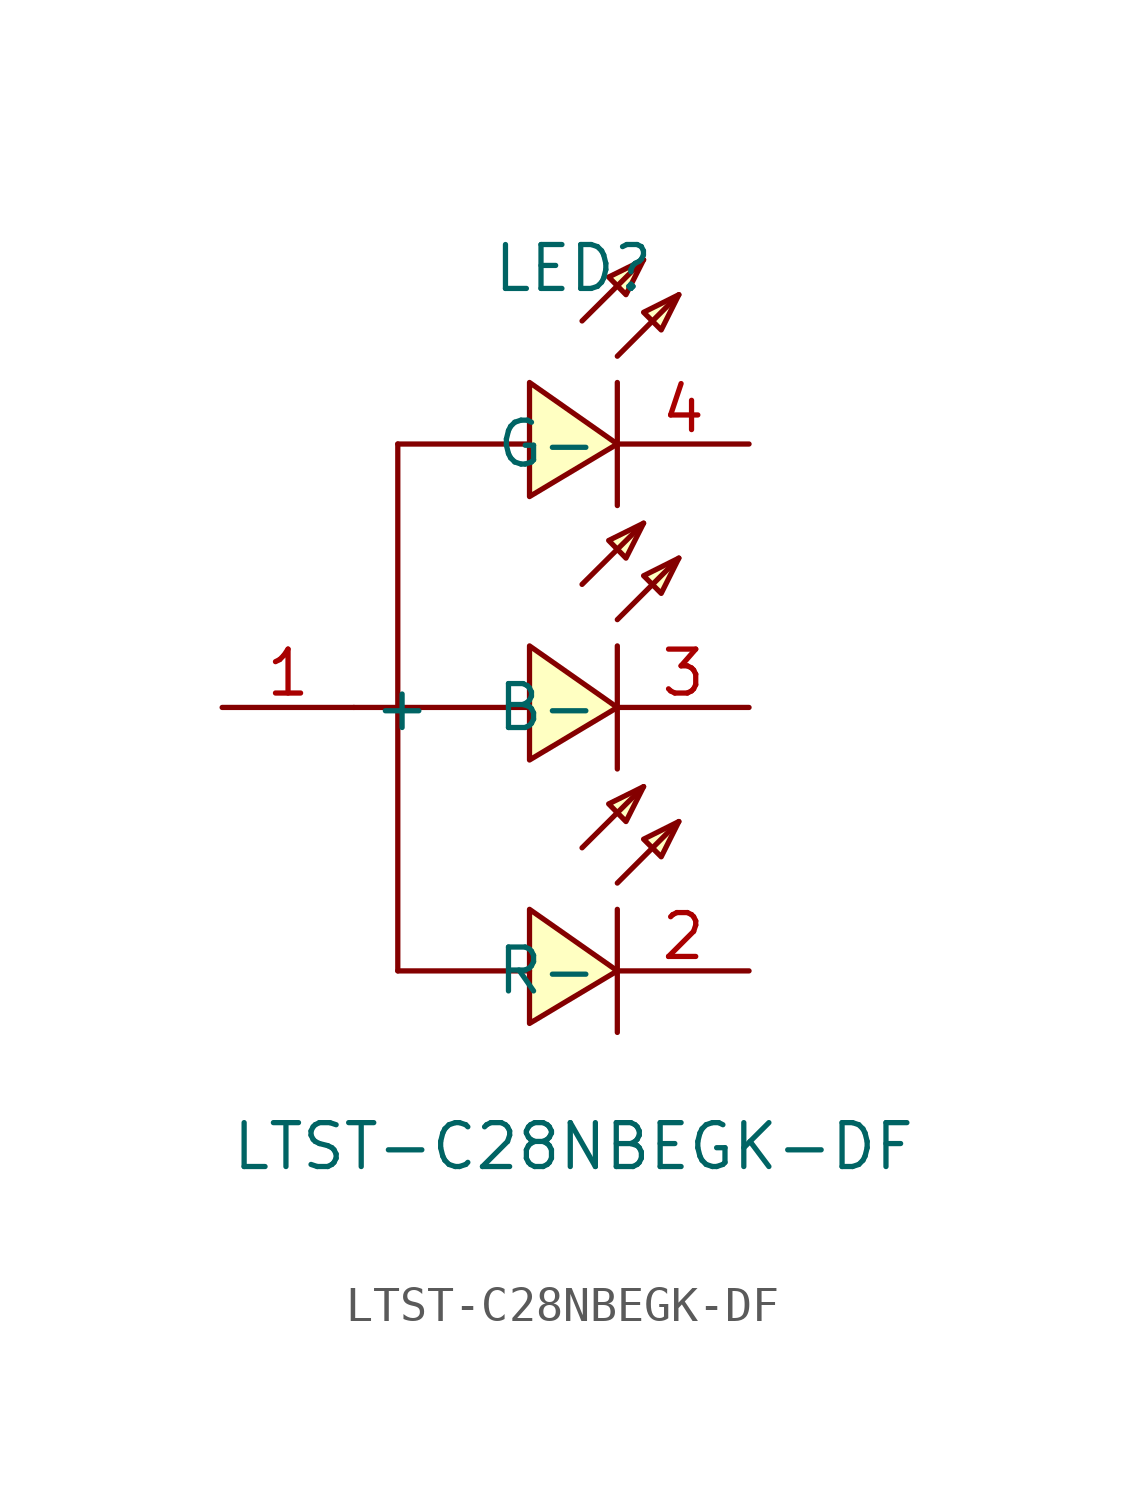
<source format=kicad_sym>
(kicad_symbol_lib
  (version 20241209)
  (generator "kicad_symbol_editor")
  (generator_version "9.0")
  (symbol "LTST-C28NBEGK-DF"
    (property "Reference" "LED"
      (at 0 12.7 0)
      (effects (font (size 1.27 1.27))))
    (property "Value" "LTST-C28NBEGK-DF"
      (at 0 -12.7 0)
      (effects (font (size 1.27 1.27))))
    (symbol "LTST-C28NBEGK-DF_0_1"
      (polyline (pts (xy -5.08 7.62) (xy -5.08 -7.62)) (stroke (width 0) (type default)) (fill (type none)))
      (polyline (pts (xy -1.27 7.62) (xy -5.08 7.62)) (stroke (width 0) (type default)) (fill (type none)))
      (polyline (pts (xy -1.27 6.1) (xy 1.27 7.62) (xy -1.27 9.4) (xy -1.27 6.1)) (stroke (width 0) (type default)) (fill (type background)))
      (polyline (pts (xy -1.27 0) (xy -6.35 0)) (stroke (width 0) (type default)) (fill (type none)))
      (polyline (pts (xy -1.27 -1.52) (xy 1.27 0) (xy -1.27 1.78) (xy -1.27 -1.52)) (stroke (width 0) (type default)) (fill (type background)))
      (polyline (pts (xy -1.27 -7.62) (xy -5.08 -7.62)) (stroke (width 0) (type default)) (fill (type none)))
      (polyline (pts (xy -1.27 -9.14) (xy 1.27 -7.62) (xy -1.27 -5.84) (xy -1.27 -9.14)) (stroke (width 0) (type default)) (fill (type background)))
      (polyline (pts (xy 0.25 11.18) (xy 2.03 12.95)) (stroke (width 0) (type default)) (fill (type none)))
      (polyline (pts (xy 0.25 3.56) (xy 2.03 5.33)) (stroke (width 0) (type default)) (fill (type none)))
      (polyline (pts (xy 0.25 -4.06) (xy 2.03 -2.29)) (stroke (width 0) (type default)) (fill (type none)))
      (polyline (pts (xy 1.27 10.16) (xy 3.05 11.94)) (stroke (width 0) (type default)) (fill (type none)))
      (polyline (pts (xy 1.27 5.84) (xy 1.27 9.4)) (stroke (width 0) (type default)) (fill (type none)))
      (polyline (pts (xy 1.27 2.54) (xy 3.05 4.32)) (stroke (width 0) (type default)) (fill (type none)))
      (polyline (pts (xy 1.27 -1.78) (xy 1.27 1.78)) (stroke (width 0) (type default)) (fill (type none)))
      (polyline (pts (xy 1.27 -5.08) (xy 3.05 -3.3)) (stroke (width 0) (type default)) (fill (type none)))
      (polyline (pts (xy 1.27 -9.4) (xy 1.27 -5.84)) (stroke (width 0) (type default)) (fill (type none)))
      (polyline (pts (xy 2.03 12.95) (xy 1.02 12.45) (xy 1.52 11.94) (xy 2.03 12.95)) (stroke (width 0) (type default)) (fill (type background)))
      (polyline (pts (xy 2.03 5.33) (xy 1.02 4.83) (xy 1.52 4.32) (xy 2.03 5.33)) (stroke (width 0) (type default)) (fill (type background)))
      (polyline (pts (xy 2.03 -2.29) (xy 1.02 -2.79) (xy 1.52 -3.3) (xy 2.03 -2.29)) (stroke (width 0) (type default)) (fill (type background)))
      (polyline (pts (xy 3.05 11.94) (xy 2.03 11.43) (xy 2.54 10.92) (xy 3.05 11.94)) (stroke (width 0) (type default)) (fill (type background)))
      (polyline (pts (xy 3.05 4.32) (xy 2.03 3.81) (xy 2.54 3.3) (xy 3.05 4.32)) (stroke (width 0) (type default)) (fill (type background)))
      (polyline (pts (xy 3.05 -3.3) (xy 2.03 -3.81) (xy 2.54 -4.32) (xy 3.05 -3.3)) (stroke (width 0) (type default)) (fill (type background)))
      (pin unspecified line (at -10.16 0 0) (length 3.81) (name "+" (effects (font (size 1.27 1.27)))) (number "1" (effects (font (size 1.27 1.27)))))
      (pin unspecified line (at 5.08 7.62 180) (length 3.81) (name "G-" (effects (font (size 1.27 1.27)))) (number "4" (effects (font (size 1.27 1.27)))))
      (pin unspecified line (at 5.08 0 180) (length 3.81) (name "B-" (effects (font (size 1.27 1.27)))) (number "3" (effects (font (size 1.27 1.27)))))
      (pin unspecified line (at 5.08 -7.62 180) (length 3.81) (name "R-" (effects (font (size 1.27 1.27)))) (number "2" (effects (font (size 1.27 1.27))))))))
</source>
